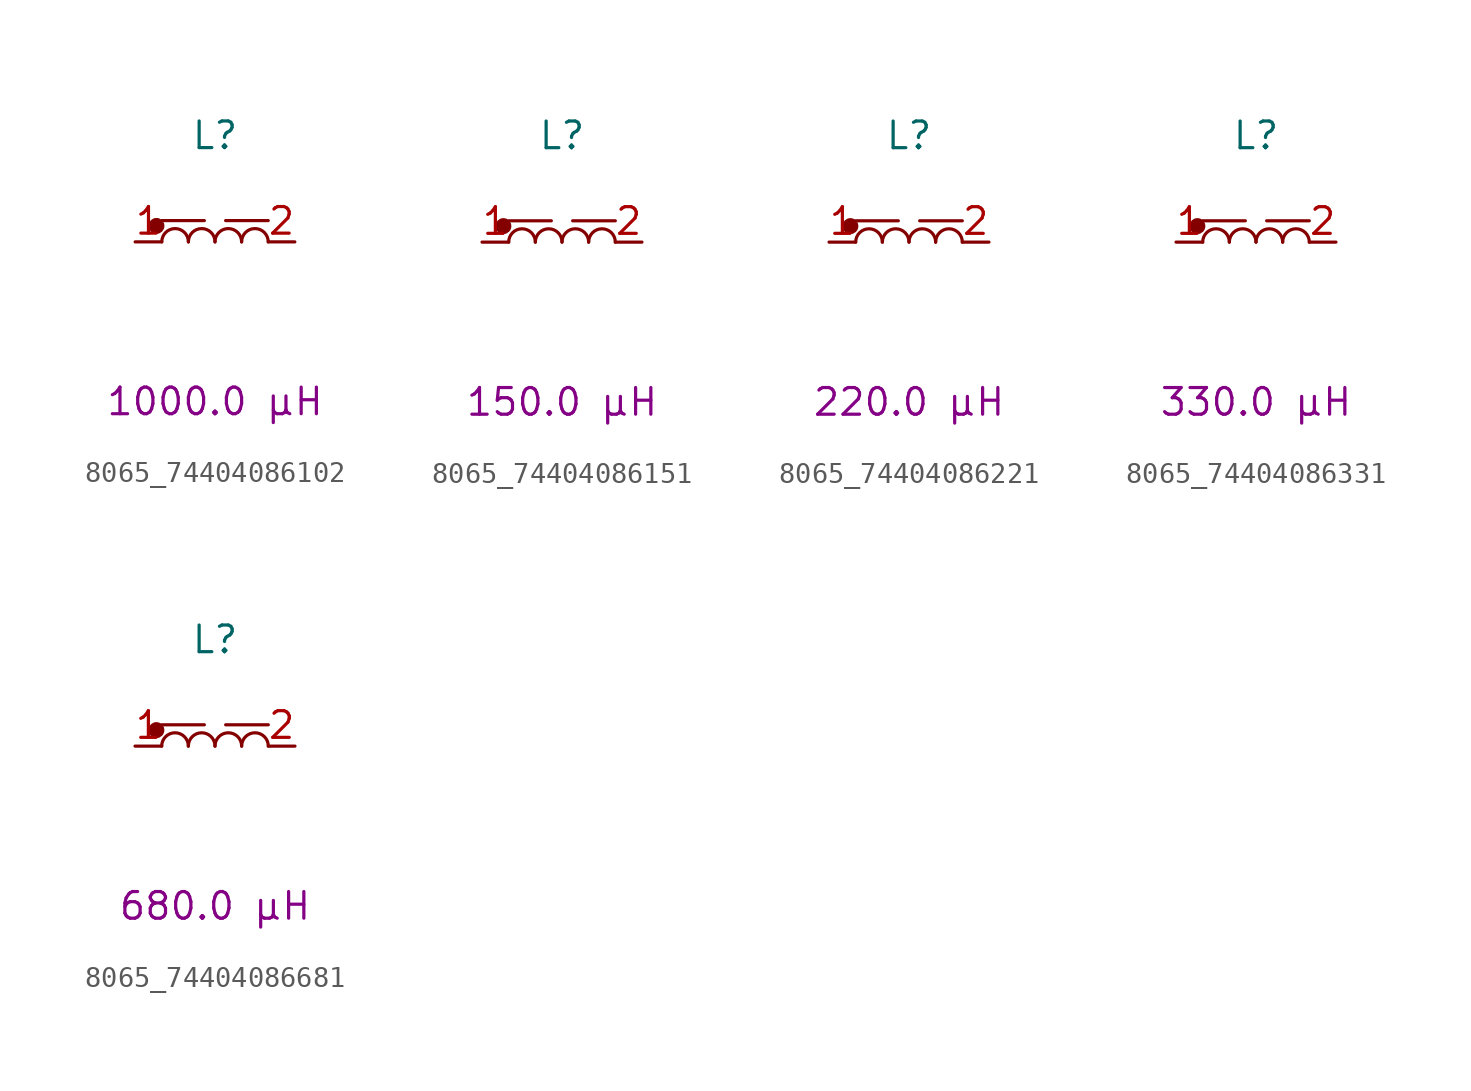
<source format=kicad_sym>
(kicad_symbol_lib
  (version 20220914)
  (generator kicad_symbol_editor)
  (symbol "8065_74404086102"
    (pin_names hide)
    (property "Reference" "L"
      (at 0 5.08 0)
      (effects (font (size 1.27 1.27))))
    (property "Critical Parameter" "1000.0 µH"
      (at 0 -7.62 0)
      (effects (font (size 1.27 1.27))))
    (symbol "8065_74404086102_0_1"
      (arc (start -1.27 0) (mid -1.905 0.6323) (end -2.54 0) (stroke (width 0) (type default)) (fill (type none)))
      (arc (start 0 0) (mid -0.635 0.6323) (end -1.27 0) (stroke (width 0) (type default)) (fill (type none)))
      (polyline (pts (xy -2.54 1.016) (xy -0.508 1.016)) (stroke (width 0) (type default)) (fill (type none)))
      (arc (start 1.27 0) (mid 0.635 0.6323) (end 0 0) (stroke (width 0) (type default)) (fill (type none)))
      (arc (start 2.54 0) (mid 1.905 0.6323) (end 1.27 0) (stroke (width 0) (type default)) (fill (type none))))
    (symbol "8065_74404086102_1_1"
      (circle (center -2.794 0.762) (radius 0.0001) (stroke (width 0.381) (type default)) (fill (type none)))
      (polyline (pts (xy 2.54 1.016) (xy 0.508 1.016)) (stroke (width 0) (type default)) (fill (type none)))
      (pin passive line (at -3.81 0 0) (length 1.27) (name "1" (effects (font (size 1.27 1.27)))) (number "1" (effects (font (size 1.27 1.27)))))
      (pin passive line (at 3.81 0 180) (length 1.27) (name "2" (effects (font (size 1.27 1.27)))) (number "2" (effects (font (size 1.27 1.27)))))))
  (symbol "8065_74404086151"
    (pin_names hide)
    (property "Reference" "L"
      (at 0 5.08 0)
      (effects (font (size 1.27 1.27))))
    (property "Critical Parameter" "150.0 µH"
      (at 0 -7.62 0)
      (effects (font (size 1.27 1.27))))
    (symbol "8065_74404086151_0_1"
      (arc (start -1.27 0) (mid -1.905 0.6323) (end -2.54 0) (stroke (width 0) (type default)) (fill (type none)))
      (arc (start 0 0) (mid -0.635 0.6323) (end -1.27 0) (stroke (width 0) (type default)) (fill (type none)))
      (polyline (pts (xy -2.54 1.016) (xy -0.508 1.016)) (stroke (width 0) (type default)) (fill (type none)))
      (arc (start 1.27 0) (mid 0.635 0.6323) (end 0 0) (stroke (width 0) (type default)) (fill (type none)))
      (arc (start 2.54 0) (mid 1.905 0.6323) (end 1.27 0) (stroke (width 0) (type default)) (fill (type none))))
    (symbol "8065_74404086151_1_1"
      (circle (center -2.794 0.762) (radius 0.0001) (stroke (width 0.381) (type default)) (fill (type none)))
      (polyline (pts (xy 2.54 1.016) (xy 0.508 1.016)) (stroke (width 0) (type default)) (fill (type none)))
      (pin passive line (at -3.81 0 0) (length 1.27) (name "1" (effects (font (size 1.27 1.27)))) (number "1" (effects (font (size 1.27 1.27)))))
      (pin passive line (at 3.81 0 180) (length 1.27) (name "2" (effects (font (size 1.27 1.27)))) (number "2" (effects (font (size 1.27 1.27)))))))
  (symbol "8065_74404086221"
    (pin_names hide)
    (property "Reference" "L"
      (at 0 5.08 0)
      (effects (font (size 1.27 1.27))))
    (property "Critical Parameter" "220.0 µH"
      (at 0 -7.62 0)
      (effects (font (size 1.27 1.27))))
    (symbol "8065_74404086221_0_1"
      (arc (start -1.27 0) (mid -1.905 0.6323) (end -2.54 0) (stroke (width 0) (type default)) (fill (type none)))
      (arc (start 0 0) (mid -0.635 0.6323) (end -1.27 0) (stroke (width 0) (type default)) (fill (type none)))
      (polyline (pts (xy -2.54 1.016) (xy -0.508 1.016)) (stroke (width 0) (type default)) (fill (type none)))
      (arc (start 1.27 0) (mid 0.635 0.6323) (end 0 0) (stroke (width 0) (type default)) (fill (type none)))
      (arc (start 2.54 0) (mid 1.905 0.6323) (end 1.27 0) (stroke (width 0) (type default)) (fill (type none))))
    (symbol "8065_74404086221_1_1"
      (circle (center -2.794 0.762) (radius 0.0001) (stroke (width 0.381) (type default)) (fill (type none)))
      (polyline (pts (xy 2.54 1.016) (xy 0.508 1.016)) (stroke (width 0) (type default)) (fill (type none)))
      (pin passive line (at -3.81 0 0) (length 1.27) (name "1" (effects (font (size 1.27 1.27)))) (number "1" (effects (font (size 1.27 1.27)))))
      (pin passive line (at 3.81 0 180) (length 1.27) (name "2" (effects (font (size 1.27 1.27)))) (number "2" (effects (font (size 1.27 1.27)))))))
  (symbol "8065_74404086331"
    (pin_names hide)
    (property "Reference" "L"
      (at 0 5.08 0)
      (effects (font (size 1.27 1.27))))
    (property "Critical Parameter" "330.0 µH"
      (at 0 -7.62 0)
      (effects (font (size 1.27 1.27))))
    (symbol "8065_74404086331_0_1"
      (arc (start -1.27 0) (mid -1.905 0.6323) (end -2.54 0) (stroke (width 0) (type default)) (fill (type none)))
      (arc (start 0 0) (mid -0.635 0.6323) (end -1.27 0) (stroke (width 0) (type default)) (fill (type none)))
      (polyline (pts (xy -2.54 1.016) (xy -0.508 1.016)) (stroke (width 0) (type default)) (fill (type none)))
      (arc (start 1.27 0) (mid 0.635 0.6323) (end 0 0) (stroke (width 0) (type default)) (fill (type none)))
      (arc (start 2.54 0) (mid 1.905 0.6323) (end 1.27 0) (stroke (width 0) (type default)) (fill (type none))))
    (symbol "8065_74404086331_1_1"
      (circle (center -2.794 0.762) (radius 0.0001) (stroke (width 0.381) (type default)) (fill (type none)))
      (polyline (pts (xy 2.54 1.016) (xy 0.508 1.016)) (stroke (width 0) (type default)) (fill (type none)))
      (pin passive line (at -3.81 0 0) (length 1.27) (name "1" (effects (font (size 1.27 1.27)))) (number "1" (effects (font (size 1.27 1.27)))))
      (pin passive line (at 3.81 0 180) (length 1.27) (name "2" (effects (font (size 1.27 1.27)))) (number "2" (effects (font (size 1.27 1.27)))))))
  (symbol "8065_74404086681"
    (pin_names hide)
    (property "Reference" "L"
      (at 0 5.08 0)
      (effects (font (size 1.27 1.27))))
    (property "Critical Parameter" "680.0 µH"
      (at 0 -7.62 0)
      (effects (font (size 1.27 1.27))))
    (symbol "8065_74404086681_0_1"
      (arc (start -1.27 0) (mid -1.905 0.6323) (end -2.54 0) (stroke (width 0) (type default)) (fill (type none)))
      (arc (start 0 0) (mid -0.635 0.6323) (end -1.27 0) (stroke (width 0) (type default)) (fill (type none)))
      (polyline (pts (xy -2.54 1.016) (xy -0.508 1.016)) (stroke (width 0) (type default)) (fill (type none)))
      (arc (start 1.27 0) (mid 0.635 0.6323) (end 0 0) (stroke (width 0) (type default)) (fill (type none)))
      (arc (start 2.54 0) (mid 1.905 0.6323) (end 1.27 0) (stroke (width 0) (type default)) (fill (type none))))
    (symbol "8065_74404086681_1_1"
      (circle (center -2.794 0.762) (radius 0.0001) (stroke (width 0.381) (type default)) (fill (type none)))
      (polyline (pts (xy 2.54 1.016) (xy 0.508 1.016)) (stroke (width 0) (type default)) (fill (type none)))
      (pin passive line (at -3.81 0 0) (length 1.27) (name "1" (effects (font (size 1.27 1.27)))) (number "1" (effects (font (size 1.27 1.27)))))
      (pin passive line (at 3.81 0 180) (length 1.27) (name "2" (effects (font (size 1.27 1.27)))) (number "2" (effects (font (size 1.27 1.27))))))))
</source>
